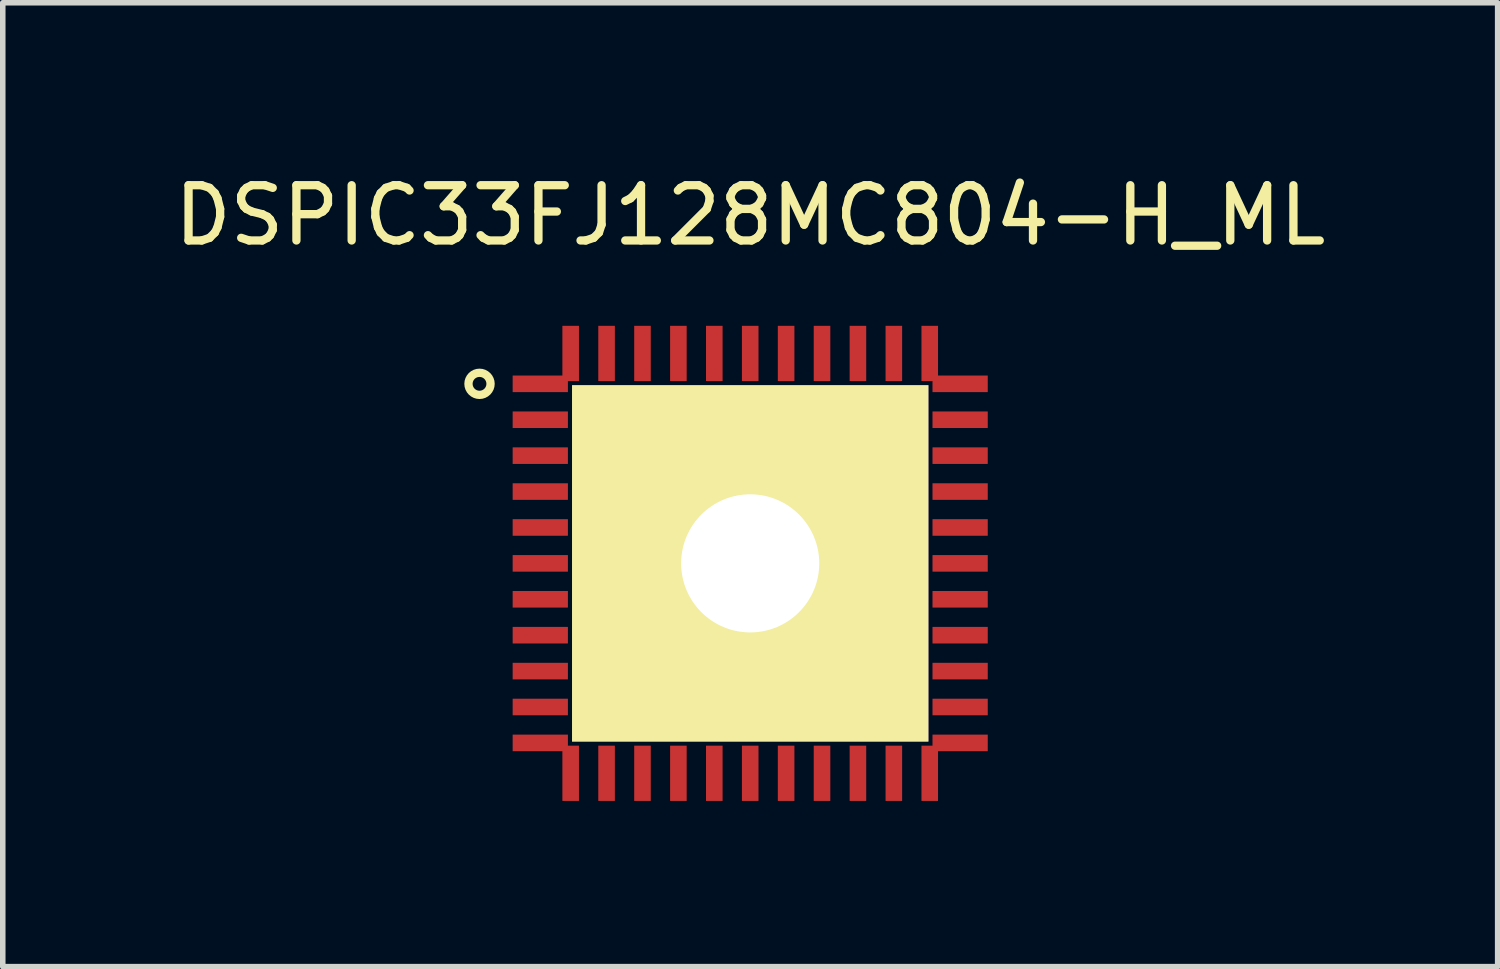
<source format=kicad_pcb>
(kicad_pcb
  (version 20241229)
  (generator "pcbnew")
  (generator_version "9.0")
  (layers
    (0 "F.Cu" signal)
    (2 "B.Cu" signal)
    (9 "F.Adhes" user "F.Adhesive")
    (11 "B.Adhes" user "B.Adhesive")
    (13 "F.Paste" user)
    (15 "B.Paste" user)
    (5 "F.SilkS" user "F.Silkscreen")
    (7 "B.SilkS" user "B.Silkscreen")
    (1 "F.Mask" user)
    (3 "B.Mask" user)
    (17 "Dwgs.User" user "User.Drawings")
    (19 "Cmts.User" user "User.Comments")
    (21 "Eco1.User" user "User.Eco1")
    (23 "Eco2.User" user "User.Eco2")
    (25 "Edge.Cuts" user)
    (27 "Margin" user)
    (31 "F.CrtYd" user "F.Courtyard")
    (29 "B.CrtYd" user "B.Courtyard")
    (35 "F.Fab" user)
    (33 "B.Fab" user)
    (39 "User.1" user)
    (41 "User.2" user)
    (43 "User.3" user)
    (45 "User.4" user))
  (footprint "DSPIC33FJ128MC804-H_ML"
    (layer "F.Cu")
    (at 6.73 3.348)
    (property "Reference" "DSPIC33FJ128MC804-H_ML" (at 3.8 -2.5 0) (layer "F.SilkS") (effects (font (size 1 1) (thickness 0.15))))
    (attr through_hole)
    (fp_line (start 0.7 0.7) (end 0.7 6.9) (stroke (width 0.15) (type solid)) (layer "F.SilkS"))
    (fp_line (start 0.7 0.7) (end 6.9 0.7) (stroke (width 0.15) (type solid)) (layer "F.SilkS"))
    (fp_line (start 0.7 6.9) (end 6.9 6.9) (stroke (width 0.15) (type solid)) (layer "F.SilkS"))
    (fp_line (start 6.9 6.9) (end 6.9 0.7) (stroke (width 0.15) (type solid)) (layer "F.SilkS"))
    (fp_circle (center -1.1 0.55) (end -1.1 0.35) (stroke (width 0.15) (type solid)) (fill no) (layer "F.SilkS"))
    (fp_circle (center 1.7 1.7) (end 1.7 1.2) (stroke (width 0.15) (type solid)) (fill no) (layer "F.SilkS"))
    (pad "1" smd rect (at 0 0.55) (size 1 0.3) (layers "F.Cu" "F.Mask" "F.Paste"))
    (pad "2" smd rect (at 0 1.2) (size 1 0.3) (layers "F.Cu" "F.Mask" "F.Paste"))
    (pad "3" smd rect (at 0 1.85) (size 1 0.3) (layers "F.Cu" "F.Mask" "F.Paste"))
    (pad "4" smd rect (at 0 2.5) (size 1 0.3) (layers "F.Cu" "F.Mask" "F.Paste"))
    (pad "5" smd rect (at 0 3.15) (size 1 0.3) (layers "F.Cu" "F.Mask" "F.Paste"))
    (pad "6" smd rect (at 0 3.8) (size 1 0.3) (layers "F.Cu" "F.Mask" "F.Paste"))
    (pad "7" smd rect (at 0 4.45) (size 1 0.3) (layers "F.Cu" "F.Mask" "F.Paste"))
    (pad "8" smd rect (at 0 5.1) (size 1 0.3) (layers "F.Cu" "F.Mask" "F.Paste"))
    (pad "9" smd rect (at 0 5.75) (size 1 0.3) (layers "F.Cu" "F.Mask" "F.Paste"))
    (pad "10" smd rect (at 0 6.4) (size 1 0.3) (layers "F.Cu" "F.Mask" "F.Paste"))
    (pad "11" smd rect (at 0 7.05) (size 1 0.3) (layers "F.Cu" "F.Mask" "F.Paste"))
    (pad "12" smd rect (at 0.55 7.6) (size 0.3 1) (layers "F.Cu" "F.Mask" "F.Paste"))
    (pad "13" smd rect (at 1.2 7.6) (size 0.3 1) (layers "F.Cu" "F.Mask" "F.Paste"))
    (pad "14" smd rect (at 1.85 7.6) (size 0.3 1) (layers "F.Cu" "F.Mask" "F.Paste"))
    (pad "15" smd rect (at 2.5 7.6) (size 0.3 1) (layers "F.Cu" "F.Mask" "F.Paste"))
    (pad "16" smd rect (at 3.15 7.6) (size 0.3 1) (layers "F.Cu" "F.Mask" "F.Paste"))
    (pad "17" smd rect (at 3.8 7.6) (size 0.3 1) (layers "F.Cu" "F.Mask" "F.Paste"))
    (pad "18" smd rect (at 4.45 7.6) (size 0.3 1) (layers "F.Cu" "F.Mask" "F.Paste"))
    (pad "19" smd rect (at 5.1 7.6) (size 0.3 1) (layers "F.Cu" "F.Mask" "F.Paste"))
    (pad "20" smd rect (at 5.75 7.6) (size 0.3 1) (layers "F.Cu" "F.Mask" "F.Paste"))
    (pad "21" smd rect (at 6.4 7.6) (size 0.3 1) (layers "F.Cu" "F.Mask" "F.Paste"))
    (pad "22" smd rect (at 7.05 7.6) (size 0.3 1) (layers "F.Cu" "F.Mask" "F.Paste"))
    (pad "23" smd rect (at 7.6 7.05) (size 1 0.3) (layers "F.Cu" "F.Mask" "F.Paste"))
    (pad "24" smd rect (at 7.6 6.4) (size 1 0.3) (layers "F.Cu" "F.Mask" "F.Paste"))
    (pad "25" smd rect (at 7.6 5.75) (size 1 0.3) (layers "F.Cu" "F.Mask" "F.Paste"))
    (pad "26" smd rect (at 7.6 5.1) (size 1 0.3) (layers "F.Cu" "F.Mask" "F.Paste"))
    (pad "27" smd rect (at 7.6 4.45) (size 1 0.3) (layers "F.Cu" "F.Mask" "F.Paste"))
    (pad "28" smd rect (at 7.6 3.8) (size 1 0.3) (layers "F.Cu" "F.Mask" "F.Paste"))
    (pad "29" smd rect (at 7.6 3.15) (size 1 0.3) (layers "F.Cu" "F.Mask" "F.Paste"))
    (pad "30" smd rect (at 7.6 2.5) (size 1 0.3) (layers "F.Cu" "F.Mask" "F.Paste"))
    (pad "31" smd rect (at 7.6 1.85) (size 1 0.3) (layers "F.Cu" "F.Mask" "F.Paste"))
    (pad "32" smd rect (at 7.6 1.2) (size 1 0.3) (layers "F.Cu" "F.Mask" "F.Paste"))
    (pad "33" smd rect (at 7.6 0.55) (size 1 0.3) (layers "F.Cu" "F.Mask" "F.Paste"))
    (pad "34" smd rect (at 7.05 0) (size 0.3 1) (layers "F.Cu" "F.Mask" "F.Paste"))
    (pad "35" smd rect (at 6.4 0) (size 0.3 1) (layers "F.Cu" "F.Mask" "F.Paste"))
    (pad "36" smd rect (at 5.75 0) (size 0.3 1) (layers "F.Cu" "F.Mask" "F.Paste"))
    (pad "37" smd rect (at 5.1 0) (size 0.3 1) (layers "F.Cu" "F.Mask" "F.Paste"))
    (pad "38" smd rect (at 4.45 0) (size 0.3 1) (layers "F.Cu" "F.Mask" "F.Paste"))
    (pad "39" smd rect (at 3.8 0) (size 0.3 1) (layers "F.Cu" "F.Mask" "F.Paste"))
    (pad "40" smd rect (at 3.15 0) (size 0.3 1) (layers "F.Cu" "F.Mask" "F.Paste"))
    (pad "41" smd rect (at 2.5 0) (size 0.3 1) (layers "F.Cu" "F.Mask" "F.Paste"))
    (pad "42" smd rect (at 1.85 0) (size 0.3 1) (layers "F.Cu" "F.Mask" "F.Paste"))
    (pad "43" smd rect (at 1.2 0) (size 0.3 1) (layers "F.Cu" "F.Mask" "F.Paste"))
    (pad "44" smd rect (at 0.55 0) (size 0.3 1) (layers "F.Cu" "F.Mask" "F.Paste"))
    (pad "999" thru_hole rect (at 3.8 3.8) (size 6.45 6.45) (drill 2.5) (layers "*.Cu" "*.Mask" "F.SilkS")))
  (gr_rect
    (start -3 -3)
    (end 24.06 14.448)
    (stroke (width 0.1) (type default))
    (fill no)
    (layer "Edge.Cuts")))
</source>
